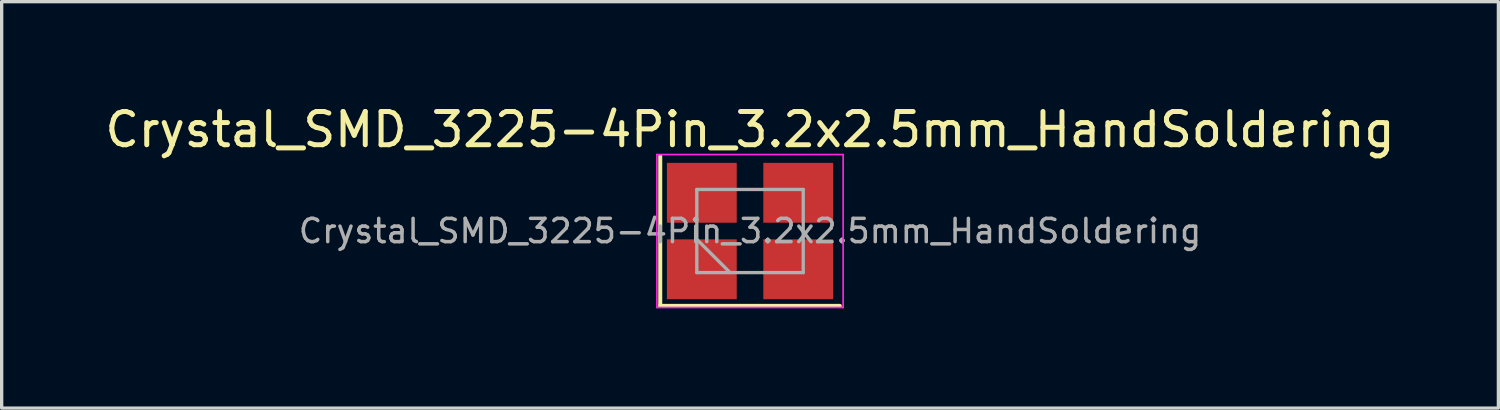
<source format=kicad_pcb>
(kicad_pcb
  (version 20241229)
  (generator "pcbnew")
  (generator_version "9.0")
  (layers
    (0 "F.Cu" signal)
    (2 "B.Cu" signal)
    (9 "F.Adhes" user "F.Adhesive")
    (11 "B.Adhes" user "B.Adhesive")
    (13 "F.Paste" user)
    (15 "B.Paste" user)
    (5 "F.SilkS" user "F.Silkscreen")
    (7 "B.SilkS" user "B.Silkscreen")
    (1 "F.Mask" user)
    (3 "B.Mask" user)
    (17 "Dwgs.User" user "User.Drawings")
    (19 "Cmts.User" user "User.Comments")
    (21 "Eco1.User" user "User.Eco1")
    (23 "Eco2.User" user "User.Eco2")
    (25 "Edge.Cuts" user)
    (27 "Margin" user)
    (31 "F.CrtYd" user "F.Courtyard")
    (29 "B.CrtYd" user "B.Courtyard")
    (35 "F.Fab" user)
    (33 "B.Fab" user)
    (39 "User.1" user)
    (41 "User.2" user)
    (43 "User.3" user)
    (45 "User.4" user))
  (footprint "Crystal_SMD_3225-4Pin_3.2x2.5mm_HandSoldering"
    (layer "F.Cu")
    (at 19.506 3.898)
    (property "Reference" "Crystal_SMD_3225-4Pin_3.2x2.5mm_HandSoldering" (at 0 -3.05 0) (layer "F.SilkS") (effects (font (size 1 1) (thickness 0.15))))
    (attr smd)
    (fp_line (start -2.7 -2.25) (end -2.7 2.25) (stroke (width 0.12) (type solid)) (layer "F.SilkS"))
    (fp_line (start -2.7 2.25) (end 2.7 2.25) (stroke (width 0.12) (type solid)) (layer "F.SilkS"))
    (fp_line (start -2.8 -2.3) (end -2.8 2.3) (stroke (width 0.05) (type solid)) (layer "F.CrtYd"))
    (fp_line (start -2.8 2.3) (end 2.8 2.3) (stroke (width 0.05) (type solid)) (layer "F.CrtYd"))
    (fp_line (start 2.8 -2.3) (end -2.8 -2.3) (stroke (width 0.05) (type solid)) (layer "F.CrtYd"))
    (fp_line (start 2.8 2.3) (end 2.8 -2.3) (stroke (width 0.05) (type solid)) (layer "F.CrtYd"))
    (fp_line (start -1.6 -1.25) (end -1.6 1.25) (stroke (width 0.1) (type solid)) (layer "F.Fab"))
    (fp_line (start -1.6 0.25) (end -0.6 1.25) (stroke (width 0.1) (type solid)) (layer "F.Fab"))
    (fp_line (start -1.6 1.25) (end 1.6 1.25) (stroke (width 0.1) (type solid)) (layer "F.Fab"))
    (fp_line (start 1.6 -1.25) (end -1.6 -1.25) (stroke (width 0.1) (type solid)) (layer "F.Fab"))
    (fp_line (start 1.6 1.25) (end 1.6 -1.25) (stroke (width 0.1) (type solid)) (layer "F.Fab"))
    (fp_text user "${REFERENCE}" (at 0 0 0) (layer "F.Fab") (effects (font (size 0.7 0.7) (thickness 0.105))))
    (pad "1" smd rect (at -1.45 1.15) (size 2.1 1.8) (layers "F.Cu" "F.Mask" "F.Paste"))
    (pad "2" smd rect (at 1.45 1.15) (size 2.1 1.8) (layers "F.Cu" "F.Mask" "F.Paste"))
    (pad "3" smd rect (at 1.45 -1.15) (size 2.1 1.8) (layers "F.Cu" "F.Mask" "F.Paste"))
    (pad "4" smd rect (at -1.45 -1.15) (size 2.1 1.8) (layers "F.Cu" "F.Mask" "F.Paste")))
  (gr_rect
    (start -3 -3)
    (end 42.012 9.223)
    (stroke (width 0.1) (type default))
    (fill no)
    (layer "Edge.Cuts")))
</source>
